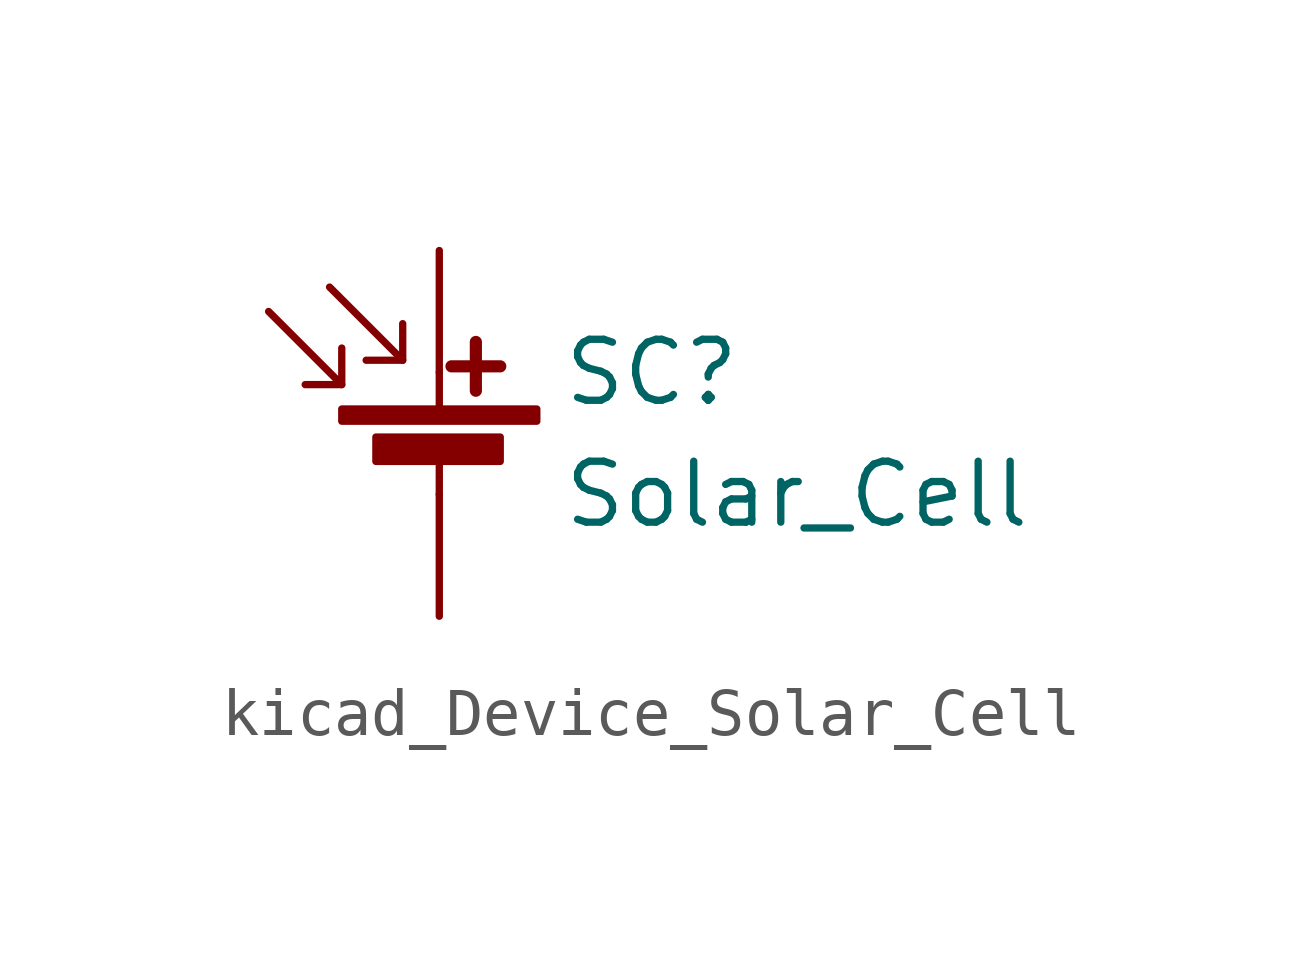
<source format=kicad_sym>
(kicad_symbol_lib
  (version 20220914)
  (generator kicad_symbol_editor)
  (symbol "kicad_Device_Solar_Cell"
    (pin_numbers hide)
    (pin_names
      (offset 0) hide)
    (property "Reference" "SC"
      (at 2.54 2.54 0)
      (effects (font (size 1.27 1.27)) (justify left)))
    (property "Value" "Solar_Cell"
      (at 2.54 0 0)
      (effects (font (size 1.27 1.27)) (justify left)))
    (symbol "kicad_Device_Solar_Cell_0_1"
      (rectangle (start -2.032 1.778) (end 2.032 1.524) (stroke (width 0) (type default)) (fill (type outline)))
      (rectangle (start -1.321 1.194) (end 1.27 0.686) (stroke (width 0) (type default)) (fill (type outline)))
      (polyline (pts (xy -2.032 2.286) (xy -3.556 3.81)) (stroke (width 0) (type default)) (fill (type none)))
      (polyline (pts (xy -0.762 2.794) (xy -2.286 4.318)) (stroke (width 0) (type default)) (fill (type none)))
      (polyline (pts (xy 0 0.762) (xy 0 0)) (stroke (width 0) (type default)) (fill (type none)))
      (polyline (pts (xy 0 1.778) (xy 0 2.54)) (stroke (width 0) (type default)) (fill (type none)))
      (polyline (pts (xy 0.254 2.667) (xy 1.27 2.667)) (stroke (width 0.254) (type default)) (fill (type none)))
      (polyline (pts (xy 0.762 3.175) (xy 0.762 2.159)) (stroke (width 0.254) (type default)) (fill (type none)))
      (polyline (pts (xy -2.032 3.048) (xy -2.032 2.286) (xy -2.794 2.286)) (stroke (width 0) (type default)) (fill (type none)))
      (polyline (pts (xy -0.762 3.556) (xy -0.762 2.794) (xy -1.524 2.794)) (stroke (width 0) (type default)) (fill (type none))))
    (symbol "kicad_Device_Solar_Cell_1_1"
      (pin passive line (at 0 5.08 270) (length 2.54) (name "+" (effects (font (size 1.27 1.27)))) (number "1" (effects (font (size 1.27 1.27)))))
      (pin passive line (at 0 -2.54 90) (length 2.54) (name "-" (effects (font (size 1.27 1.27)))) (number "2" (effects (font (size 1.27 1.27))))))))
</source>
